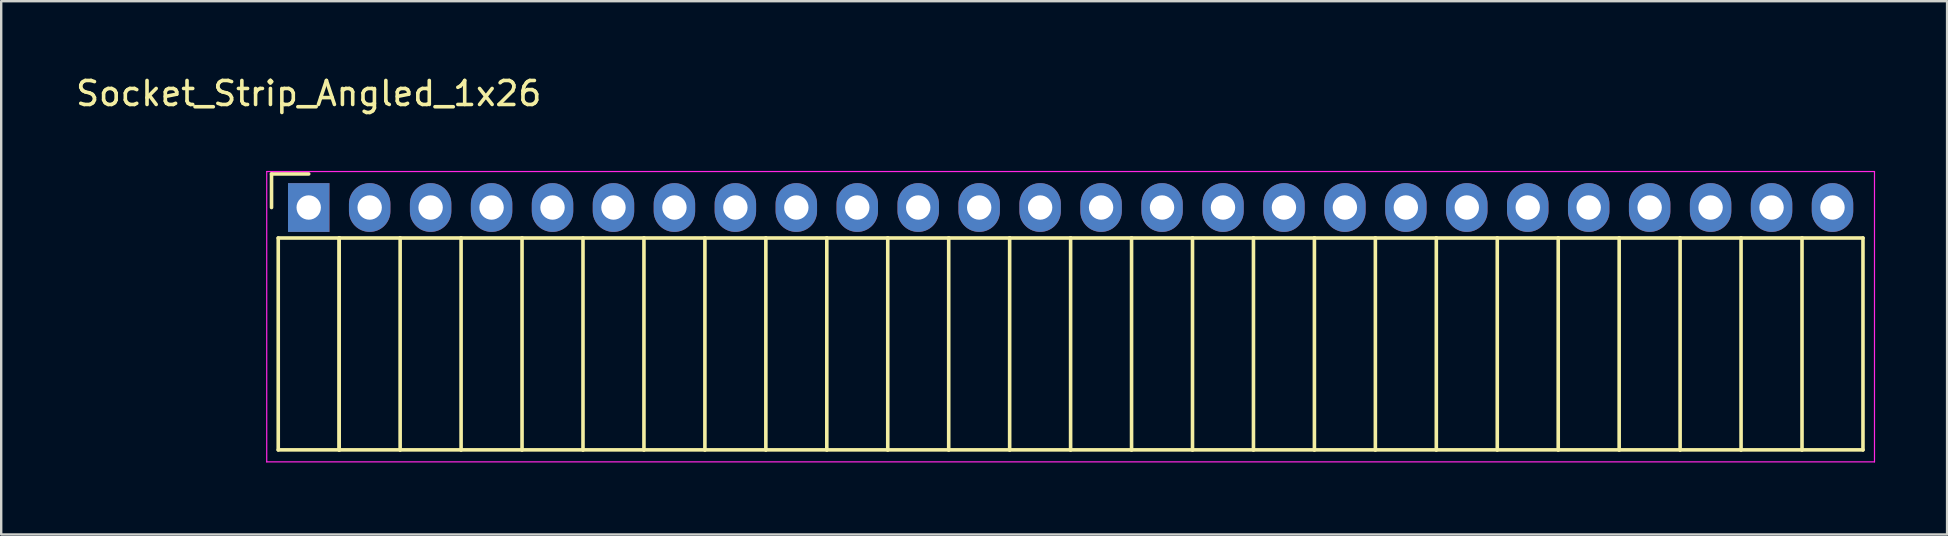
<source format=kicad_pcb>
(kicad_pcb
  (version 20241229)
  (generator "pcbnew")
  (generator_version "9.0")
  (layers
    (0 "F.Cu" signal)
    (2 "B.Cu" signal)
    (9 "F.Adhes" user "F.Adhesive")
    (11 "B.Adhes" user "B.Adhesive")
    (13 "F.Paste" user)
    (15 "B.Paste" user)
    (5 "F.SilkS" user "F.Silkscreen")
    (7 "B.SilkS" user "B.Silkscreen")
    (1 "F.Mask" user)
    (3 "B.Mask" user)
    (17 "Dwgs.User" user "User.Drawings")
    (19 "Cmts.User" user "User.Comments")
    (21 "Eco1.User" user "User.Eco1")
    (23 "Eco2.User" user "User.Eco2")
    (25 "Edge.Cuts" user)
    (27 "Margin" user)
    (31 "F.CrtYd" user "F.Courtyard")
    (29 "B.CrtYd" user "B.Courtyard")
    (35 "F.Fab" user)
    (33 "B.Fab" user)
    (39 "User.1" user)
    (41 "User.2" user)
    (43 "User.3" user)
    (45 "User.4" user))
  (footprint "Socket_Strip_Angled_1x26"
    (layer "F.Cu")
    (at 9.815 5.598)
    (property "Reference" "Socket_Strip_Angled_1x26" (at 0 -4.75 0) (layer "F.SilkS") (effects (font (size 1 1) (thickness 0.15))))
    (attr through_hole)
    (fp_line (start -1.55 -1.4) (end -1.55 0) (stroke (width 0.15) (type solid)) (layer "F.SilkS"))
    (fp_line (start -1.27 1.27) (end -1.27 10.1) (stroke (width 0.15) (type solid)) (layer "F.SilkS"))
    (fp_line (start -1.27 1.27) (end 1.27 1.27) (stroke (width 0.15) (type solid)) (layer "F.SilkS"))
    (fp_line (start -1.27 10.1) (end 1.27 10.1) (stroke (width 0.15) (type solid)) (layer "F.SilkS"))
    (fp_line (start 0 -1.4) (end -1.55 -1.4) (stroke (width 0.15) (type solid)) (layer "F.SilkS"))
    (fp_line (start 1.27 1.27) (end 1.27 10.1) (stroke (width 0.15) (type solid)) (layer "F.SilkS"))
    (fp_line (start 1.27 1.27) (end 3.81 1.27) (stroke (width 0.15) (type solid)) (layer "F.SilkS"))
    (fp_line (start 1.27 10.1) (end 1.27 1.27) (stroke (width 0.15) (type solid)) (layer "F.SilkS"))
    (fp_line (start 1.27 10.1) (end 3.81 10.1) (stroke (width 0.15) (type solid)) (layer "F.SilkS"))
    (fp_line (start 3.81 1.27) (end 6.35 1.27) (stroke (width 0.15) (type solid)) (layer "F.SilkS"))
    (fp_line (start 3.81 10.1) (end 3.81 1.27) (stroke (width 0.15) (type solid)) (layer "F.SilkS"))
    (fp_line (start 3.81 10.1) (end 6.35 10.1) (stroke (width 0.15) (type solid)) (layer "F.SilkS"))
    (fp_line (start 6.35 1.27) (end 8.89 1.27) (stroke (width 0.15) (type solid)) (layer "F.SilkS"))
    (fp_line (start 6.35 10.1) (end 6.35 1.27) (stroke (width 0.15) (type solid)) (layer "F.SilkS"))
    (fp_line (start 6.35 10.1) (end 8.89 10.1) (stroke (width 0.15) (type solid)) (layer "F.SilkS"))
    (fp_line (start 8.89 1.27) (end 11.43 1.27) (stroke (width 0.15) (type solid)) (layer "F.SilkS"))
    (fp_line (start 8.89 10.1) (end 8.89 1.27) (stroke (width 0.15) (type solid)) (layer "F.SilkS"))
    (fp_line (start 8.89 10.1) (end 11.43 10.1) (stroke (width 0.15) (type solid)) (layer "F.SilkS"))
    (fp_line (start 11.43 1.27) (end 13.97 1.27) (stroke (width 0.15) (type solid)) (layer "F.SilkS"))
    (fp_line (start 11.43 10.1) (end 11.43 1.27) (stroke (width 0.15) (type solid)) (layer "F.SilkS"))
    (fp_line (start 11.43 10.1) (end 13.97 10.1) (stroke (width 0.15) (type solid)) (layer "F.SilkS"))
    (fp_line (start 13.97 1.27) (end 16.51 1.27) (stroke (width 0.15) (type solid)) (layer "F.SilkS"))
    (fp_line (start 13.97 10.1) (end 13.97 1.27) (stroke (width 0.15) (type solid)) (layer "F.SilkS"))
    (fp_line (start 13.97 10.1) (end 16.51 10.1) (stroke (width 0.15) (type solid)) (layer "F.SilkS"))
    (fp_line (start 16.51 1.27) (end 19.05 1.27) (stroke (width 0.15) (type solid)) (layer "F.SilkS"))
    (fp_line (start 16.51 10.1) (end 16.51 1.27) (stroke (width 0.15) (type solid)) (layer "F.SilkS"))
    (fp_line (start 16.51 10.1) (end 19.05 10.1) (stroke (width 0.15) (type solid)) (layer "F.SilkS"))
    (fp_line (start 19.05 1.27) (end 21.59 1.27) (stroke (width 0.15) (type solid)) (layer "F.SilkS"))
    (fp_line (start 19.05 10.1) (end 19.05 1.27) (stroke (width 0.15) (type solid)) (layer "F.SilkS"))
    (fp_line (start 19.05 10.1) (end 21.59 10.1) (stroke (width 0.15) (type solid)) (layer "F.SilkS"))
    (fp_line (start 21.59 1.27) (end 24.13 1.27) (stroke (width 0.15) (type solid)) (layer "F.SilkS"))
    (fp_line (start 21.59 10.1) (end 21.59 1.27) (stroke (width 0.15) (type solid)) (layer "F.SilkS"))
    (fp_line (start 21.59 10.1) (end 24.13 10.1) (stroke (width 0.15) (type solid)) (layer "F.SilkS"))
    (fp_line (start 24.13 1.27) (end 26.67 1.27) (stroke (width 0.15) (type solid)) (layer "F.SilkS"))
    (fp_line (start 24.13 10.1) (end 24.13 1.27) (stroke (width 0.15) (type solid)) (layer "F.SilkS"))
    (fp_line (start 24.13 10.1) (end 26.67 10.1) (stroke (width 0.15) (type solid)) (layer "F.SilkS"))
    (fp_line (start 26.67 1.27) (end 29.21 1.27) (stroke (width 0.15) (type solid)) (layer "F.SilkS"))
    (fp_line (start 26.67 10.1) (end 26.67 1.27) (stroke (width 0.15) (type solid)) (layer "F.SilkS"))
    (fp_line (start 26.67 10.1) (end 29.21 10.1) (stroke (width 0.15) (type solid)) (layer "F.SilkS"))
    (fp_line (start 29.21 1.27) (end 31.75 1.27) (stroke (width 0.15) (type solid)) (layer "F.SilkS"))
    (fp_line (start 29.21 10.1) (end 29.21 1.27) (stroke (width 0.15) (type solid)) (layer "F.SilkS"))
    (fp_line (start 29.21 10.1) (end 31.75 10.1) (stroke (width 0.15) (type solid)) (layer "F.SilkS"))
    (fp_line (start 31.75 1.27) (end 34.29 1.27) (stroke (width 0.15) (type solid)) (layer "F.SilkS"))
    (fp_line (start 31.75 10.1) (end 31.75 1.27) (stroke (width 0.15) (type solid)) (layer "F.SilkS"))
    (fp_line (start 31.75 10.1) (end 34.29 10.1) (stroke (width 0.15) (type solid)) (layer "F.SilkS"))
    (fp_line (start 34.29 1.27) (end 36.83 1.27) (stroke (width 0.15) (type solid)) (layer "F.SilkS"))
    (fp_line (start 34.29 10.1) (end 34.29 1.27) (stroke (width 0.15) (type solid)) (layer "F.SilkS"))
    (fp_line (start 34.29 10.1) (end 36.83 10.1) (stroke (width 0.15) (type solid)) (layer "F.SilkS"))
    (fp_line (start 36.83 1.27) (end 39.37 1.27) (stroke (width 0.15) (type solid)) (layer "F.SilkS"))
    (fp_line (start 36.83 10.1) (end 36.83 1.27) (stroke (width 0.15) (type solid)) (layer "F.SilkS"))
    (fp_line (start 36.83 10.1) (end 39.37 10.1) (stroke (width 0.15) (type solid)) (layer "F.SilkS"))
    (fp_line (start 39.37 1.27) (end 41.91 1.27) (stroke (width 0.15) (type solid)) (layer "F.SilkS"))
    (fp_line (start 39.37 10.1) (end 39.37 1.27) (stroke (width 0.15) (type solid)) (layer "F.SilkS"))
    (fp_line (start 39.37 10.1) (end 41.91 10.1) (stroke (width 0.15) (type solid)) (layer "F.SilkS"))
    (fp_line (start 41.91 1.27) (end 44.45 1.27) (stroke (width 0.15) (type solid)) (layer "F.SilkS"))
    (fp_line (start 41.91 10.1) (end 41.91 1.27) (stroke (width 0.15) (type solid)) (layer "F.SilkS"))
    (fp_line (start 41.91 10.1) (end 44.45 10.1) (stroke (width 0.15) (type solid)) (layer "F.SilkS"))
    (fp_line (start 44.45 1.27) (end 46.99 1.27) (stroke (width 0.15) (type solid)) (layer "F.SilkS"))
    (fp_line (start 44.45 10.1) (end 44.45 1.27) (stroke (width 0.15) (type solid)) (layer "F.SilkS"))
    (fp_line (start 44.45 10.1) (end 46.99 10.1) (stroke (width 0.15) (type solid)) (layer "F.SilkS"))
    (fp_line (start 46.99 1.27) (end 49.53 1.27) (stroke (width 0.15) (type solid)) (layer "F.SilkS"))
    (fp_line (start 46.99 10.1) (end 46.99 1.27) (stroke (width 0.15) (type solid)) (layer "F.SilkS"))
    (fp_line (start 46.99 10.1) (end 49.53 10.1) (stroke (width 0.15) (type solid)) (layer "F.SilkS"))
    (fp_line (start 49.53 1.27) (end 52.07 1.27) (stroke (width 0.15) (type solid)) (layer "F.SilkS"))
    (fp_line (start 49.53 10.1) (end 49.53 1.27) (stroke (width 0.15) (type solid)) (layer "F.SilkS"))
    (fp_line (start 49.53 10.1) (end 52.07 10.1) (stroke (width 0.15) (type solid)) (layer "F.SilkS"))
    (fp_line (start 52.07 1.27) (end 54.61 1.27) (stroke (width 0.15) (type solid)) (layer "F.SilkS"))
    (fp_line (start 52.07 10.1) (end 52.07 1.27) (stroke (width 0.15) (type solid)) (layer "F.SilkS"))
    (fp_line (start 52.07 10.1) (end 54.61 10.1) (stroke (width 0.15) (type solid)) (layer "F.SilkS"))
    (fp_line (start 54.61 1.27) (end 57.15 1.27) (stroke (width 0.15) (type solid)) (layer "F.SilkS"))
    (fp_line (start 54.61 10.1) (end 54.61 1.27) (stroke (width 0.15) (type solid)) (layer "F.SilkS"))
    (fp_line (start 54.61 10.1) (end 57.15 10.1) (stroke (width 0.15) (type solid)) (layer "F.SilkS"))
    (fp_line (start 57.15 1.27) (end 59.69 1.27) (stroke (width 0.15) (type solid)) (layer "F.SilkS"))
    (fp_line (start 57.15 10.1) (end 57.15 1.27) (stroke (width 0.15) (type solid)) (layer "F.SilkS"))
    (fp_line (start 57.15 10.1) (end 59.69 10.1) (stroke (width 0.15) (type solid)) (layer "F.SilkS"))
    (fp_line (start 59.69 1.27) (end 62.23 1.27) (stroke (width 0.15) (type solid)) (layer "F.SilkS"))
    (fp_line (start 59.69 10.1) (end 59.69 1.27) (stroke (width 0.15) (type solid)) (layer "F.SilkS"))
    (fp_line (start 59.69 10.1) (end 62.23 10.1) (stroke (width 0.15) (type solid)) (layer "F.SilkS"))
    (fp_line (start 62.23 1.27) (end 64.77 1.27) (stroke (width 0.15) (type solid)) (layer "F.SilkS"))
    (fp_line (start 62.23 10.1) (end 62.23 1.27) (stroke (width 0.15) (type solid)) (layer "F.SilkS"))
    (fp_line (start 62.23 10.1) (end 64.77 10.1) (stroke (width 0.15) (type solid)) (layer "F.SilkS"))
    (fp_line (start 64.77 10.1) (end 64.77 1.27) (stroke (width 0.15) (type solid)) (layer "F.SilkS"))
    (fp_line (start -1.75 -1.5) (end -1.75 10.6) (stroke (width 0.05) (type solid)) (layer "F.CrtYd"))
    (fp_line (start -1.75 -1.5) (end 65.25 -1.5) (stroke (width 0.05) (type solid)) (layer "F.CrtYd"))
    (fp_line (start -1.75 10.6) (end 65.25 10.6) (stroke (width 0.05) (type solid)) (layer "F.CrtYd"))
    (fp_line (start 65.25 -1.5) (end 65.25 10.6) (stroke (width 0.05) (type solid)) (layer "F.CrtYd"))
    (pad "1" thru_hole rect (at 0 0) (size 1.727 2.032) (drill 1.016) (layers "*.Cu" "*.Mask"))
    (pad "2" thru_hole oval (at 2.54 0) (size 1.727 2.032) (drill 1.016) (layers "*.Cu" "*.Mask"))
    (pad "3" thru_hole oval (at 5.08 0) (size 1.727 2.032) (drill 1.016) (layers "*.Cu" "*.Mask"))
    (pad "4" thru_hole oval (at 7.62 0) (size 1.727 2.032) (drill 1.016) (layers "*.Cu" "*.Mask"))
    (pad "5" thru_hole oval (at 10.16 0) (size 1.727 2.032) (drill 1.016) (layers "*.Cu" "*.Mask"))
    (pad "6" thru_hole oval (at 12.7 0) (size 1.727 2.032) (drill 1.016) (layers "*.Cu" "*.Mask"))
    (pad "7" thru_hole oval (at 15.24 0) (size 1.727 2.032) (drill 1.016) (layers "*.Cu" "*.Mask"))
    (pad "8" thru_hole oval (at 17.78 0) (size 1.727 2.032) (drill 1.016) (layers "*.Cu" "*.Mask"))
    (pad "9" thru_hole oval (at 20.32 0) (size 1.727 2.032) (drill 1.016) (layers "*.Cu" "*.Mask"))
    (pad "10" thru_hole oval (at 22.86 0) (size 1.727 2.032) (drill 1.016) (layers "*.Cu" "*.Mask"))
    (pad "11" thru_hole oval (at 25.4 0) (size 1.727 2.032) (drill 1.016) (layers "*.Cu" "*.Mask"))
    (pad "12" thru_hole oval (at 27.94 0) (size 1.727 2.032) (drill 1.016) (layers "*.Cu" "*.Mask"))
    (pad "13" thru_hole oval (at 30.48 0) (size 1.727 2.032) (drill 1.016) (layers "*.Cu" "*.Mask"))
    (pad "14" thru_hole oval (at 33.02 0) (size 1.727 2.032) (drill 1.016) (layers "*.Cu" "*.Mask"))
    (pad "15" thru_hole oval (at 35.56 0) (size 1.727 2.032) (drill 1.016) (layers "*.Cu" "*.Mask"))
    (pad "16" thru_hole oval (at 38.1 0) (size 1.727 2.032) (drill 1.016) (layers "*.Cu" "*.Mask"))
    (pad "17" thru_hole oval (at 40.64 0) (size 1.727 2.032) (drill 1.016) (layers "*.Cu" "*.Mask"))
    (pad "18" thru_hole oval (at 43.18 0) (size 1.727 2.032) (drill 1.016) (layers "*.Cu" "*.Mask"))
    (pad "19" thru_hole oval (at 45.72 0) (size 1.727 2.032) (drill 1.016) (layers "*.Cu" "*.Mask"))
    (pad "20" thru_hole oval (at 48.26 0) (size 1.727 2.032) (drill 1.016) (layers "*.Cu" "*.Mask"))
    (pad "21" thru_hole oval (at 50.8 0) (size 1.727 2.032) (drill 1.016) (layers "*.Cu" "*.Mask"))
    (pad "22" thru_hole oval (at 53.34 0) (size 1.727 2.032) (drill 1.016) (layers "*.Cu" "*.Mask"))
    (pad "23" thru_hole oval (at 55.88 0) (size 1.727 2.032) (drill 1.016) (layers "*.Cu" "*.Mask"))
    (pad "24" thru_hole oval (at 58.42 0) (size 1.727 2.032) (drill 1.016) (layers "*.Cu" "*.Mask"))
    (pad "25" thru_hole oval (at 60.96 0) (size 1.727 2.032) (drill 1.016) (layers "*.Cu" "*.Mask"))
    (pad "26" thru_hole oval (at 63.5 0) (size 1.727 2.032) (drill 1.016) (layers "*.Cu" "*.Mask")))
  (gr_rect
    (start -3 -3)
    (end 78.09 19.223)
    (stroke (width 0.1) (type default))
    (fill no)
    (layer "Edge.Cuts")))
</source>
